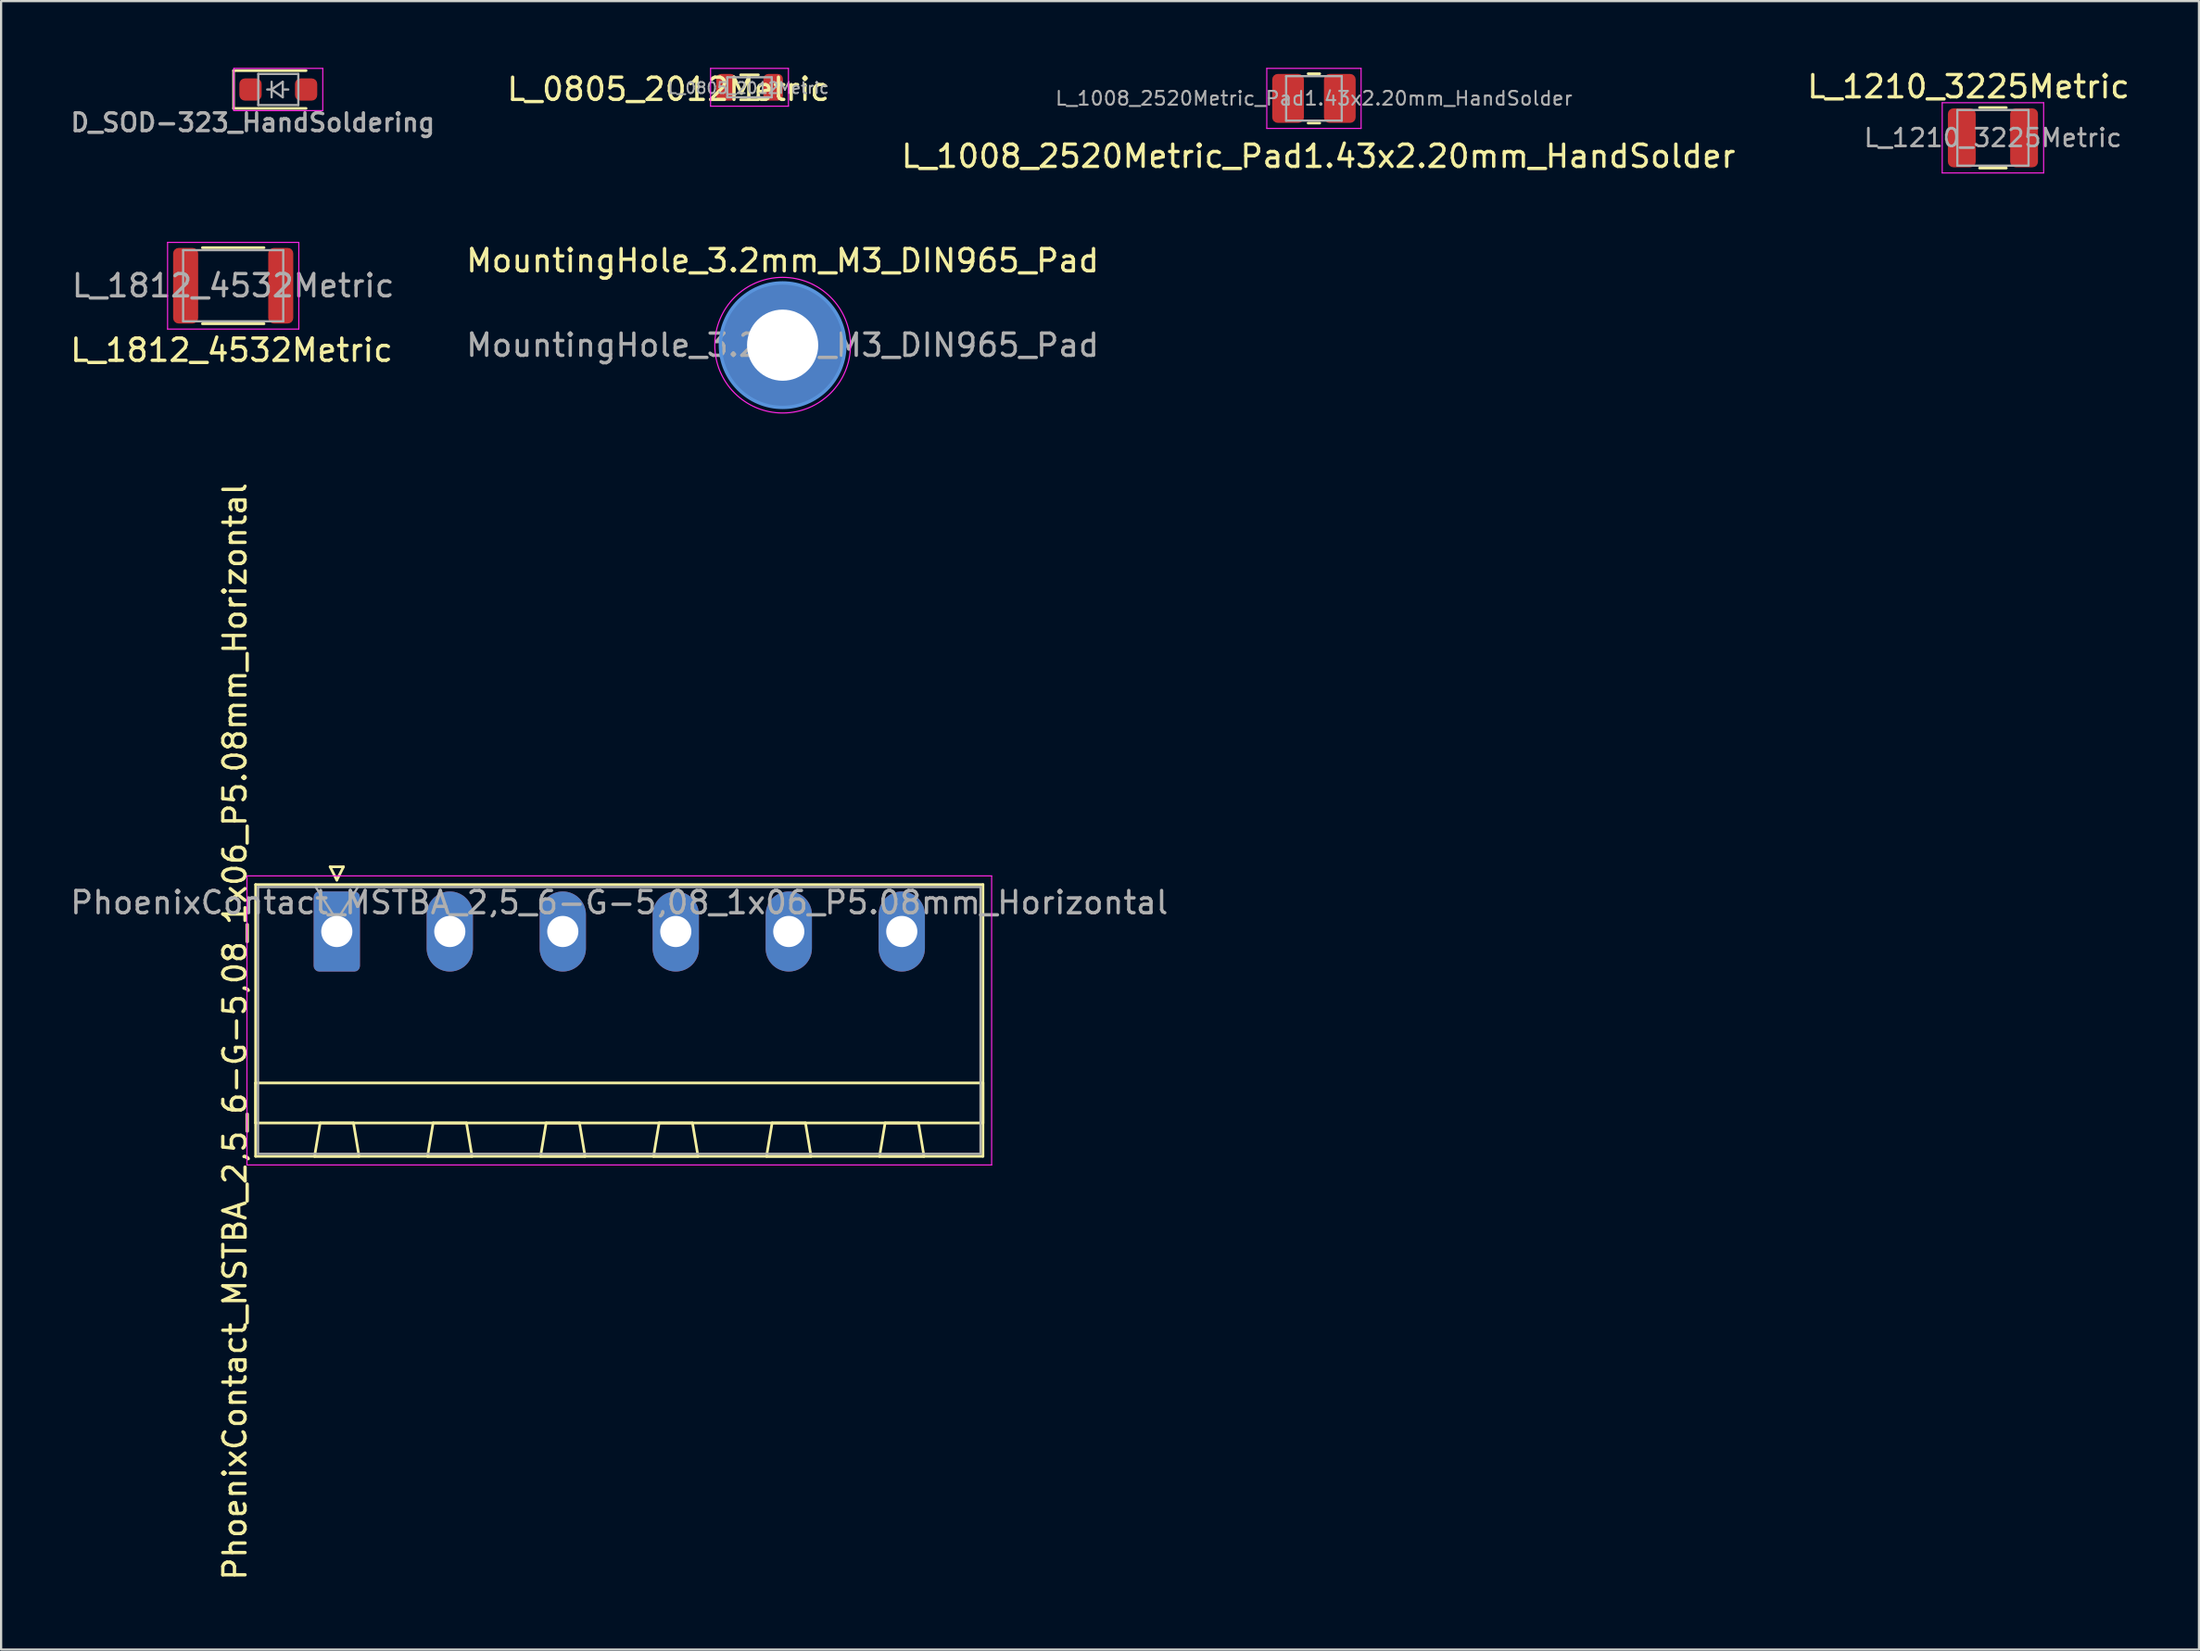
<source format=kicad_pcb>
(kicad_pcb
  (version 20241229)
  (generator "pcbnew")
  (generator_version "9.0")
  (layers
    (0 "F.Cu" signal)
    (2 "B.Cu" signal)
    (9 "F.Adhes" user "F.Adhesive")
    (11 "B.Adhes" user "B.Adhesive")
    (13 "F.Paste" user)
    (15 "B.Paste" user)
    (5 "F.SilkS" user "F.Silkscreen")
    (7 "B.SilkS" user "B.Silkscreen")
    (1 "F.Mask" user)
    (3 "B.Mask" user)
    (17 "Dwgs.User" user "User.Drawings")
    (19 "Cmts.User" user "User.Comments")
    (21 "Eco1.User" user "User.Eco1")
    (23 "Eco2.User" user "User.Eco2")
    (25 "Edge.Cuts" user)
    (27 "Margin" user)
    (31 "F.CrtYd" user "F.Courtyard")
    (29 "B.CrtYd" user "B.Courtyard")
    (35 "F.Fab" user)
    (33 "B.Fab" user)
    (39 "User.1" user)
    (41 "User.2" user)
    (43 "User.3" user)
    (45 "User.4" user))
  (footprint "L_1812_4532Metric"
    (layer "F.Cu")
    (at 7.434 9.798)
    (property "Reference" "L_1812_4532Metric" (at -0.071 2.899 180) (layer "F.SilkS") (effects (font (size 1 1) (thickness 0.15))))
    (attr smd)
    (fp_line (start -1.386 -1.71) (end 1.386 -1.71) (stroke (width 0.12) (type solid)) (layer "F.SilkS"))
    (fp_line (start -1.386 1.71) (end 1.386 1.71) (stroke (width 0.12) (type solid)) (layer "F.SilkS"))
    (fp_line (start -2.95 -1.95) (end 2.95 -1.95) (stroke (width 0.05) (type solid)) (layer "F.CrtYd"))
    (fp_line (start -2.95 1.95) (end -2.95 -1.95) (stroke (width 0.05) (type solid)) (layer "F.CrtYd"))
    (fp_line (start 2.95 -1.95) (end 2.95 1.95) (stroke (width 0.05) (type solid)) (layer "F.CrtYd"))
    (fp_line (start 2.95 1.95) (end -2.95 1.95) (stroke (width 0.05) (type solid)) (layer "F.CrtYd"))
    (fp_line (start -2.25 -1.6) (end 2.25 -1.6) (stroke (width 0.1) (type solid)) (layer "F.Fab"))
    (fp_line (start -2.25 1.6) (end -2.25 -1.6) (stroke (width 0.1) (type solid)) (layer "F.Fab"))
    (fp_line (start 2.25 -1.6) (end 2.25 1.6) (stroke (width 0.1) (type solid)) (layer "F.Fab"))
    (fp_line (start 2.25 1.6) (end -2.25 1.6) (stroke (width 0.1) (type solid)) (layer "F.Fab"))
    (fp_text user "${REFERENCE}" (at 0 0 180) (layer "F.Fab") (effects (font (size 1 1) (thickness 0.15))))
    (pad "1" smd roundrect (at -2.138 0) (size 1.125 3.4) (layers "F.Cu" "F.Mask" "F.Paste") (roundrect_rratio 0.222))
    (pad "2" smd roundrect (at 2.138 0) (size 1.125 3.4) (layers "F.Cu" "F.Mask" "F.Paste") (roundrect_rratio 0.222)))
  (footprint "L_1008_2520Metric_Pad1.43x2.20mm_HandSolder"
    (layer "F.Cu")
    (at 56.022 1.375)
    (property "Reference" "L_1008_2520Metric_Pad1.43x2.20mm_HandSolder" (at 0.2 2.6 180) (layer "F.SilkS") (effects (font (size 1 1) (thickness 0.15))))
    (attr smd)
    (fp_line (start -0.261 -1.11) (end 0.261 -1.11) (stroke (width 0.12) (type solid)) (layer "F.SilkS"))
    (fp_line (start -0.261 1.11) (end 0.261 1.11) (stroke (width 0.12) (type solid)) (layer "F.SilkS"))
    (fp_line (start -2.12 -1.35) (end 2.12 -1.35) (stroke (width 0.05) (type solid)) (layer "F.CrtYd"))
    (fp_line (start -2.12 1.35) (end -2.12 -1.35) (stroke (width 0.05) (type solid)) (layer "F.CrtYd"))
    (fp_line (start 2.12 -1.35) (end 2.12 1.35) (stroke (width 0.05) (type solid)) (layer "F.CrtYd"))
    (fp_line (start 2.12 1.35) (end -2.12 1.35) (stroke (width 0.05) (type solid)) (layer "F.CrtYd"))
    (fp_line (start -1.25 -1) (end 1.25 -1) (stroke (width 0.1) (type solid)) (layer "F.Fab"))
    (fp_line (start -1.25 1) (end -1.25 -1) (stroke (width 0.1) (type solid)) (layer "F.Fab"))
    (fp_line (start 1.25 -1) (end 1.25 1) (stroke (width 0.1) (type solid)) (layer "F.Fab"))
    (fp_line (start 1.25 1) (end -1.25 1) (stroke (width 0.1) (type solid)) (layer "F.Fab"))
    (fp_text user "${REFERENCE}" (at 0 0 180) (layer "F.Fab") (effects (font (size 0.62 0.62) (thickness 0.09))))
    (pad "1" smd roundrect (at -1.163 0) (size 1.425 2.2) (layers "F.Cu" "F.Mask" "F.Paste") (roundrect_rratio 0.175))
    (pad "2" smd roundrect (at 1.163 0) (size 1.425 2.2) (layers "F.Cu" "F.Mask" "F.Paste") (roundrect_rratio 0.175)))
  (footprint "L_0805_2012Metric"
    (placed yes)
    (layer "F.Cu")
    (at 30.646 0.875)
    (property "Reference" "L_0805_2012Metric" (at -3.65 0.09 0) (layer "F.SilkS") (effects (font (size 1 1) (thickness 0.15))))
    (attr smd)
    (fp_line (start -0.4 -0.56) (end 0.4 -0.56) (stroke (width 0.12) (type solid)) (layer "F.SilkS"))
    (fp_line (start -0.4 0.56) (end 0.4 0.56) (stroke (width 0.12) (type solid)) (layer "F.SilkS"))
    (fp_line (start -1.75 -0.85) (end 1.75 -0.85) (stroke (width 0.05) (type solid)) (layer "F.CrtYd"))
    (fp_line (start -1.75 0.85) (end -1.75 -0.85) (stroke (width 0.05) (type solid)) (layer "F.CrtYd"))
    (fp_line (start 1.75 -0.85) (end 1.75 0.85) (stroke (width 0.05) (type solid)) (layer "F.CrtYd"))
    (fp_line (start 1.75 0.85) (end -1.75 0.85) (stroke (width 0.05) (type solid)) (layer "F.CrtYd"))
    (fp_line (start -1 -0.45) (end 1 -0.45) (stroke (width 0.1) (type solid)) (layer "F.Fab"))
    (fp_line (start -1 0.45) (end -1 -0.45) (stroke (width 0.1) (type solid)) (layer "F.Fab"))
    (fp_line (start 1 -0.45) (end 1 0.45) (stroke (width 0.1) (type solid)) (layer "F.Fab"))
    (fp_line (start 1 0.45) (end -1 0.45) (stroke (width 0.1) (type solid)) (layer "F.Fab"))
    (fp_text user "${REFERENCE}" (at -0.05 0.035 0) (layer "F.Fab") (effects (font (size 0.5 0.5) (thickness 0.08))))
    (pad "1" smd roundrect (at -1.062 0) (size 0.875 1.2) (layers "F.Cu" "F.Mask" "F.Paste") (roundrect_rratio 0.25))
    (pad "2" smd roundrect (at 1.062 0) (size 0.875 1.2) (layers "F.Cu" "F.Mask" "F.Paste") (roundrect_rratio 0.25)))
  (footprint "D_SOD-323_HandSoldering"
    (placed yes)
    (layer "F.Cu")
    (at 9.462 0.975)
    (property "Reference" "D_SOD-323_HandSoldering" (at -1.146 1.485 180) (layer "F.Fab") (effects (font (size 0.8 0.8) (thickness 0.15))))
    (attr smd)
    (fp_line (start -2.01 -0.85) (end -2.01 0.85) (stroke (width 0.12) (type solid)) (layer "F.SilkS"))
    (fp_line (start -2.01 -0.85) (end 1.25 -0.85) (stroke (width 0.12) (type solid)) (layer "F.SilkS"))
    (fp_line (start -2.01 0.85) (end 1.25 0.85) (stroke (width 0.12) (type solid)) (layer "F.SilkS"))
    (fp_line (start -2 -0.95) (end -2 0.95) (stroke (width 0.05) (type solid)) (layer "F.CrtYd"))
    (fp_line (start -2 -0.95) (end 2 -0.95) (stroke (width 0.05) (type solid)) (layer "F.CrtYd"))
    (fp_line (start -2 0.95) (end 2 0.95) (stroke (width 0.05) (type solid)) (layer "F.CrtYd"))
    (fp_line (start 2 -0.95) (end 2 0.95) (stroke (width 0.05) (type solid)) (layer "F.CrtYd"))
    (fp_line (start -0.9 -0.7) (end 0.9 -0.7) (stroke (width 0.1) (type solid)) (layer "F.Fab"))
    (fp_line (start -0.9 0.7) (end -0.9 -0.7) (stroke (width 0.1) (type solid)) (layer "F.Fab"))
    (fp_line (start -0.3 -0.35) (end -0.3 0.35) (stroke (width 0.1) (type solid)) (layer "F.Fab"))
    (fp_line (start -0.3 0) (end -0.5 0) (stroke (width 0.1) (type solid)) (layer "F.Fab"))
    (fp_line (start -0.3 0) (end 0.2 -0.35) (stroke (width 0.1) (type solid)) (layer "F.Fab"))
    (fp_line (start 0.2 0) (end 0.45 0) (stroke (width 0.1) (type solid)) (layer "F.Fab"))
    (fp_line (start 0.2 -0.35) (end 0.2 0.35) (stroke (width 0.1) (type solid)) (layer "F.Fab"))
    (fp_line (start 0.2 0.35) (end -0.3 0) (stroke (width 0.1) (type solid)) (layer "F.Fab"))
    (fp_line (start 0.9 -0.7) (end 0.9 0.7) (stroke (width 0.1) (type solid)) (layer "F.Fab"))
    (fp_line (start 0.9 0.7) (end -0.9 0.7) (stroke (width 0.1) (type solid)) (layer "F.Fab"))
    (pad "1" smd roundrect (at -1.25 0) (size 1 1) (layers "F.Cu" "F.Mask" "F.Paste") (roundrect_rratio 0.25))
    (pad "2" smd roundrect (at 1.25 0) (size 1 1) (layers "F.Cu" "F.Mask" "F.Paste") (roundrect_rratio 0.25)))
  (footprint "MountingHole_3.2mm_M3_DIN965_Pad"
    (placed yes)
    (layer "F.Cu")
    (at 32.136 12.472)
    (property "Reference" "MountingHole_3.2mm_M3_DIN965_Pad" (at 0 -3.8 0) (layer "F.SilkS") (effects (font (size 1 1) (thickness 0.15))))
    (attr exclude_from_pos_files)
    (fp_circle (center 0 0) (end 2.8 0) (stroke (width 0.15) (type solid)) (fill no) (layer "Cmts.User"))
    (fp_circle (center 0 0) (end 3.05 0) (stroke (width 0.05) (type solid)) (fill no) (layer "F.CrtYd"))
    (fp_text user "${REFERENCE}" (at 0 0 0) (layer "F.Fab") (effects (font (size 1 1) (thickness 0.15))))
    (pad "1" thru_hole circle (at 0 0) (size 5.6 5.6) (drill 3.2) (layers "*.Cu" "*.Mask")))
  (footprint "PhoenixContact_MSTBA_2,5_6-G-5,08_1x06_P5.08mm_Horizontal"
    (layer "F.Cu")
    (at 12.092 38.838)
    (property "Reference" "PhoenixContact_MSTBA_2,5_6-G-5,08_1x06_P5.08mm_Horizontal" (at -4.58 4.5 270) (layer "F.SilkS") (effects (font (size 1 1) (thickness 0.15))))
    (attr through_hole)
    (fp_line (start -3.65 -2.11) (end -3.65 10.11) (stroke (width 0.12) (type solid)) (layer "F.SilkS"))
    (fp_line (start -3.65 6.81) (end 29.05 6.81) (stroke (width 0.12) (type solid)) (layer "F.SilkS"))
    (fp_line (start -3.65 8.61) (end -3.65 6.81) (stroke (width 0.12) (type solid)) (layer "F.SilkS"))
    (fp_line (start -3.65 10.11) (end 29.05 10.11) (stroke (width 0.12) (type solid)) (layer "F.SilkS"))
    (fp_line (start -1 10.11) (end 1 10.11) (stroke (width 0.12) (type solid)) (layer "F.SilkS"))
    (fp_line (start -0.75 8.61) (end -1 10.11) (stroke (width 0.12) (type solid)) (layer "F.SilkS"))
    (fp_line (start -0.3 -2.91) (end 0.3 -2.91) (stroke (width 0.12) (type solid)) (layer "F.SilkS"))
    (fp_line (start 0 -2.31) (end -0.3 -2.91) (stroke (width 0.12) (type solid)) (layer "F.SilkS"))
    (fp_line (start 0.3 -2.91) (end 0 -2.31) (stroke (width 0.12) (type solid)) (layer "F.SilkS"))
    (fp_line (start 0.75 8.61) (end -0.75 8.61) (stroke (width 0.12) (type solid)) (layer "F.SilkS"))
    (fp_line (start 1 10.11) (end 0.75 8.61) (stroke (width 0.12) (type solid)) (layer "F.SilkS"))
    (fp_line (start 4.08 10.11) (end 6.08 10.11) (stroke (width 0.12) (type solid)) (layer "F.SilkS"))
    (fp_line (start 4.33 8.61) (end 4.08 10.11) (stroke (width 0.12) (type solid)) (layer "F.SilkS"))
    (fp_line (start 5.83 8.61) (end 4.33 8.61) (stroke (width 0.12) (type solid)) (layer "F.SilkS"))
    (fp_line (start 6.08 10.11) (end 5.83 8.61) (stroke (width 0.12) (type solid)) (layer "F.SilkS"))
    (fp_line (start 9.16 10.11) (end 11.16 10.11) (stroke (width 0.12) (type solid)) (layer "F.SilkS"))
    (fp_line (start 9.41 8.61) (end 9.16 10.11) (stroke (width 0.12) (type solid)) (layer "F.SilkS"))
    (fp_line (start 10.91 8.61) (end 9.41 8.61) (stroke (width 0.12) (type solid)) (layer "F.SilkS"))
    (fp_line (start 11.16 10.11) (end 10.91 8.61) (stroke (width 0.12) (type solid)) (layer "F.SilkS"))
    (fp_line (start 14.24 10.11) (end 16.24 10.11) (stroke (width 0.12) (type solid)) (layer "F.SilkS"))
    (fp_line (start 14.49 8.61) (end 14.24 10.11) (stroke (width 0.12) (type solid)) (layer "F.SilkS"))
    (fp_line (start 15.99 8.61) (end 14.49 8.61) (stroke (width 0.12) (type solid)) (layer "F.SilkS"))
    (fp_line (start 16.24 10.11) (end 15.99 8.61) (stroke (width 0.12) (type solid)) (layer "F.SilkS"))
    (fp_line (start 19.32 10.11) (end 21.32 10.11) (stroke (width 0.12) (type solid)) (layer "F.SilkS"))
    (fp_line (start 19.57 8.61) (end 19.32 10.11) (stroke (width 0.12) (type solid)) (layer "F.SilkS"))
    (fp_line (start 21.07 8.61) (end 19.57 8.61) (stroke (width 0.12) (type solid)) (layer "F.SilkS"))
    (fp_line (start 21.32 10.11) (end 21.07 8.61) (stroke (width 0.12) (type solid)) (layer "F.SilkS"))
    (fp_line (start 24.4 10.11) (end 26.4 10.11) (stroke (width 0.12) (type solid)) (layer "F.SilkS"))
    (fp_line (start 24.65 8.61) (end 24.4 10.11) (stroke (width 0.12) (type solid)) (layer "F.SilkS"))
    (fp_line (start 26.15 8.61) (end 24.65 8.61) (stroke (width 0.12) (type solid)) (layer "F.SilkS"))
    (fp_line (start 26.4 10.11) (end 26.15 8.61) (stroke (width 0.12) (type solid)) (layer "F.SilkS"))
    (fp_line (start 29.05 -2.11) (end -3.65 -2.11) (stroke (width 0.12) (type solid)) (layer "F.SilkS"))
    (fp_line (start 29.05 6.81) (end 29.05 8.61) (stroke (width 0.12) (type solid)) (layer "F.SilkS"))
    (fp_line (start 29.05 8.61) (end -3.65 8.61) (stroke (width 0.12) (type solid)) (layer "F.SilkS"))
    (fp_line (start 29.05 10.11) (end 29.05 -2.11) (stroke (width 0.12) (type solid)) (layer "F.SilkS"))
    (fp_line (start -4.04 -2.5) (end -4.04 10.5) (stroke (width 0.05) (type solid)) (layer "F.CrtYd"))
    (fp_line (start -4.04 10.5) (end 29.44 10.5) (stroke (width 0.05) (type solid)) (layer "F.CrtYd"))
    (fp_line (start 29.44 -2.5) (end -4.04 -2.5) (stroke (width 0.05) (type solid)) (layer "F.CrtYd"))
    (fp_line (start 29.44 10.5) (end 29.44 -2.5) (stroke (width 0.05) (type solid)) (layer "F.CrtYd"))
    (fp_line (start -3.54 -2) (end -3.54 10) (stroke (width 0.1) (type solid)) (layer "F.Fab"))
    (fp_line (start -3.54 10) (end 28.94 10) (stroke (width 0.1) (type solid)) (layer "F.Fab"))
    (fp_line (start 0 -0.5) (end -0.95 -2) (stroke (width 0.1) (type solid)) (layer "F.Fab"))
    (fp_line (start 0.95 -2) (end 0 -0.5) (stroke (width 0.1) (type solid)) (layer "F.Fab"))
    (fp_line (start 28.94 -2) (end -3.54 -2) (stroke (width 0.1) (type solid)) (layer "F.Fab"))
    (fp_line (start 28.94 10) (end 28.94 -2) (stroke (width 0.1) (type solid)) (layer "F.Fab"))
    (fp_text user "${REFERENCE}" (at 12.7 -1.3 180) (layer "F.Fab") (effects (font (size 1 1) (thickness 0.15))))
    (pad "1" thru_hole roundrect (at 0 0) (size 2.08 3.6) (drill 1.4) (layers "*.Cu" "*.Mask") (roundrect_rratio 0.12))
    (pad "2" thru_hole oval (at 5.08 0) (size 2.08 3.6) (drill 1.4) (layers "*.Cu" "*.Mask"))
    (pad "3" thru_hole oval (at 10.16 0) (size 2.08 3.6) (drill 1.4) (layers "*.Cu" "*.Mask"))
    (pad "4" thru_hole oval (at 15.24 0) (size 2.08 3.6) (drill 1.4) (layers "*.Cu" "*.Mask"))
    (pad "5" thru_hole oval (at 20.32 0) (size 2.08 3.6) (drill 1.4) (layers "*.Cu" "*.Mask"))
    (pad "6" thru_hole oval (at 25.4 0) (size 2.08 3.6) (drill 1.4) (layers "*.Cu" "*.Mask")))
  (footprint "L_1210_3225Metric"
    (layer "F.Cu")
    (at 86.548 3.148)
    (property "Reference" "L_1210_3225Metric" (at -1.1 -2.3 180) (layer "F.SilkS") (effects (font (size 1 1) (thickness 0.15))))
    (attr smd)
    (fp_line (start -0.602 -1.36) (end 0.602 -1.36) (stroke (width 0.12) (type solid)) (layer "F.SilkS"))
    (fp_line (start -0.602 1.36) (end 0.602 1.36) (stroke (width 0.12) (type solid)) (layer "F.SilkS"))
    (fp_line (start -2.28 -1.58) (end 2.28 -1.58) (stroke (width 0.05) (type solid)) (layer "F.CrtYd"))
    (fp_line (start -2.28 1.58) (end -2.28 -1.58) (stroke (width 0.05) (type solid)) (layer "F.CrtYd"))
    (fp_line (start 2.28 -1.58) (end 2.28 1.58) (stroke (width 0.05) (type solid)) (layer "F.CrtYd"))
    (fp_line (start 2.28 1.58) (end -2.28 1.58) (stroke (width 0.05) (type solid)) (layer "F.CrtYd"))
    (fp_line (start -1.6 -1.25) (end 1.6 -1.25) (stroke (width 0.1) (type solid)) (layer "F.Fab"))
    (fp_line (start -1.6 1.25) (end -1.6 -1.25) (stroke (width 0.1) (type solid)) (layer "F.Fab"))
    (fp_line (start 1.6 -1.25) (end 1.6 1.25) (stroke (width 0.1) (type solid)) (layer "F.Fab"))
    (fp_line (start 1.6 1.25) (end -1.6 1.25) (stroke (width 0.1) (type solid)) (layer "F.Fab"))
    (fp_text user "${REFERENCE}" (at 0 0 0) (layer "F.Fab") (effects (font (size 0.8 0.8) (thickness 0.12))))
    (pad "1" smd roundrect (at -1.4 0.000001) (size 1.25 2.65) (layers "F.Cu" "F.Mask" "F.Paste") (roundrect_rratio 0.2))
    (pad "2" smd roundrect (at 1.4 -0.000001) (size 1.25 2.65) (layers "F.Cu" "F.Mask" "F.Paste") (roundrect_rratio 0.2)))
  (gr_rect
    (start -3 -3)
    (end 95.811 71.13)
    (stroke (width 0.1) (type default))
    (fill no)
    (layer "Edge.Cuts")))
</source>
